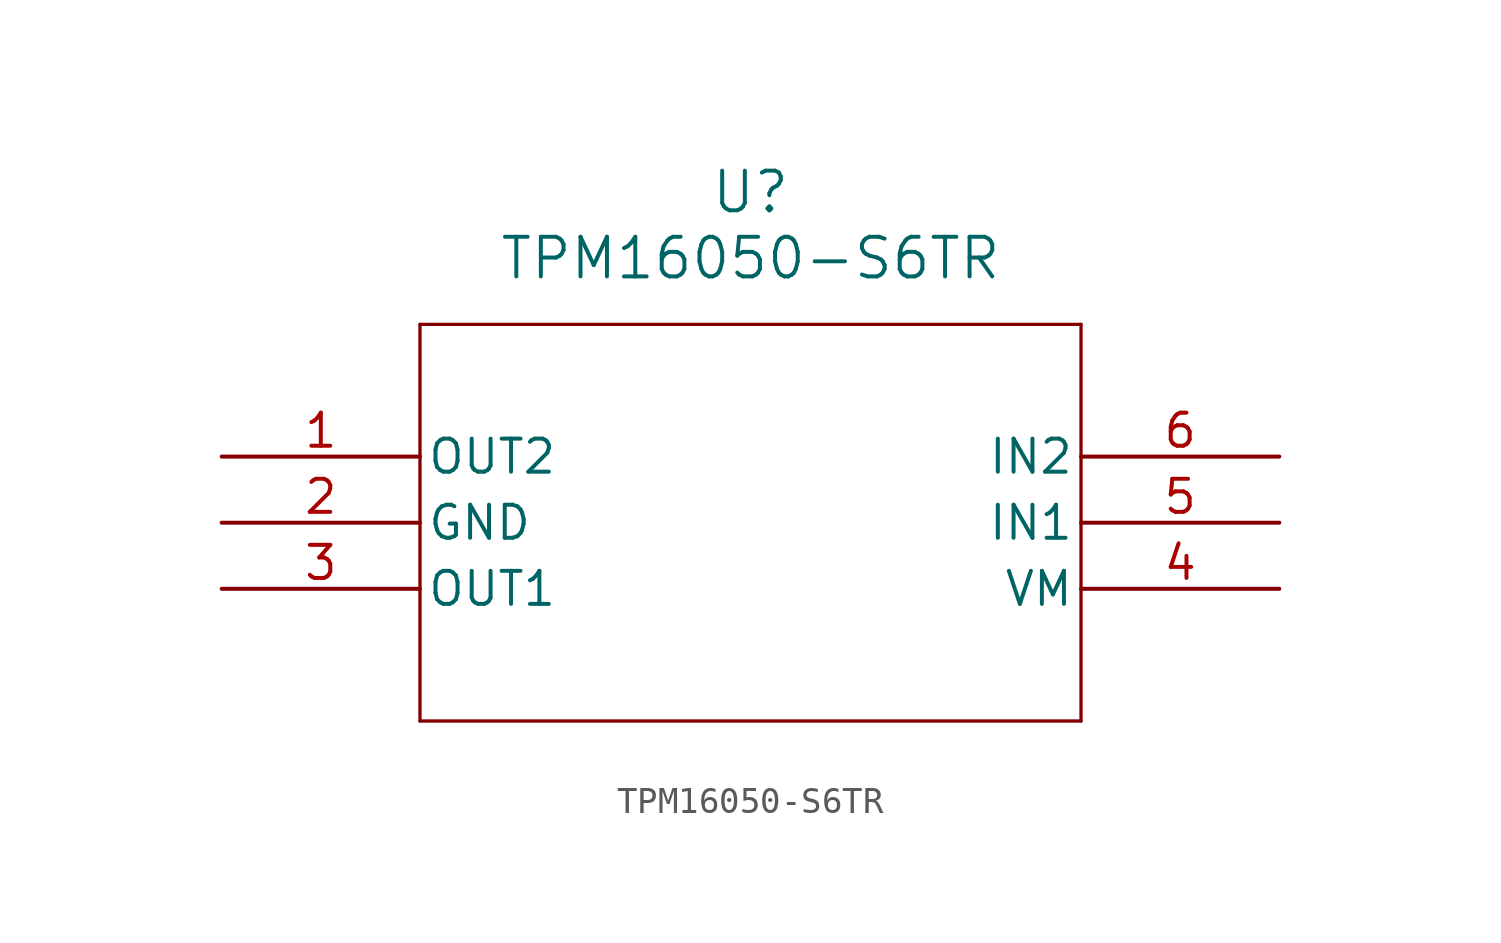
<source format=kicad_sym>
(kicad_symbol_lib
  (version 20211014)
  (generator kicad_symbol_editor)
  (symbol "TPM16050-S6TR"
    (pin_names
      (offset 0.254))
    (property "Reference" "U"
      (at 20.32 10.16 0)
      (effects (font (size 1.524 1.524))))
    (property "Value" "TPM16050-S6TR"
      (at 20.32 7.62 0)
      (effects (font (size 1.524 1.524))))
    (symbol "TPM16050-S6TR_0_1"
      (polyline (pts (xy 7.62 5.08) (xy 7.62 -10.16)) (stroke (width 0.127) (type default) (color 0 0 0 0)) (fill (type none)))
      (polyline (pts (xy 7.62 -10.16) (xy 33.02 -10.16)) (stroke (width 0.127) (type default) (color 0 0 0 0)) (fill (type none)))
      (polyline (pts (xy 33.02 -10.16) (xy 33.02 5.08)) (stroke (width 0.127) (type default) (color 0 0 0 0)) (fill (type none)))
      (polyline (pts (xy 33.02 5.08) (xy 7.62 5.08)) (stroke (width 0.127) (type default) (color 0 0 0 0)) (fill (type none)))
      (pin output line (at 0 0 0) (length 7.62) (name "OUT2" (effects (font (size 1.27 1.27)))) (number "1" (effects (font (size 1.27 1.27)))))
      (pin power_out line (at 0 -2.54 0) (length 7.62) (name "GND" (effects (font (size 1.27 1.27)))) (number "2" (effects (font (size 1.27 1.27)))))
      (pin output line (at 0 -5.08 0) (length 7.62) (name "OUT1" (effects (font (size 1.27 1.27)))) (number "3" (effects (font (size 1.27 1.27)))))
      (pin power_in line (at 40.64 -5.08 180) (length 7.62) (name "VM" (effects (font (size 1.27 1.27)))) (number "4" (effects (font (size 1.27 1.27)))))
      (pin input line (at 40.64 -2.54 180) (length 7.62) (name "IN1" (effects (font (size 1.27 1.27)))) (number "5" (effects (font (size 1.27 1.27)))))
      (pin input line (at 40.64 0 180) (length 7.62) (name "IN2" (effects (font (size 1.27 1.27)))) (number "6" (effects (font (size 1.27 1.27))))))))
</source>
